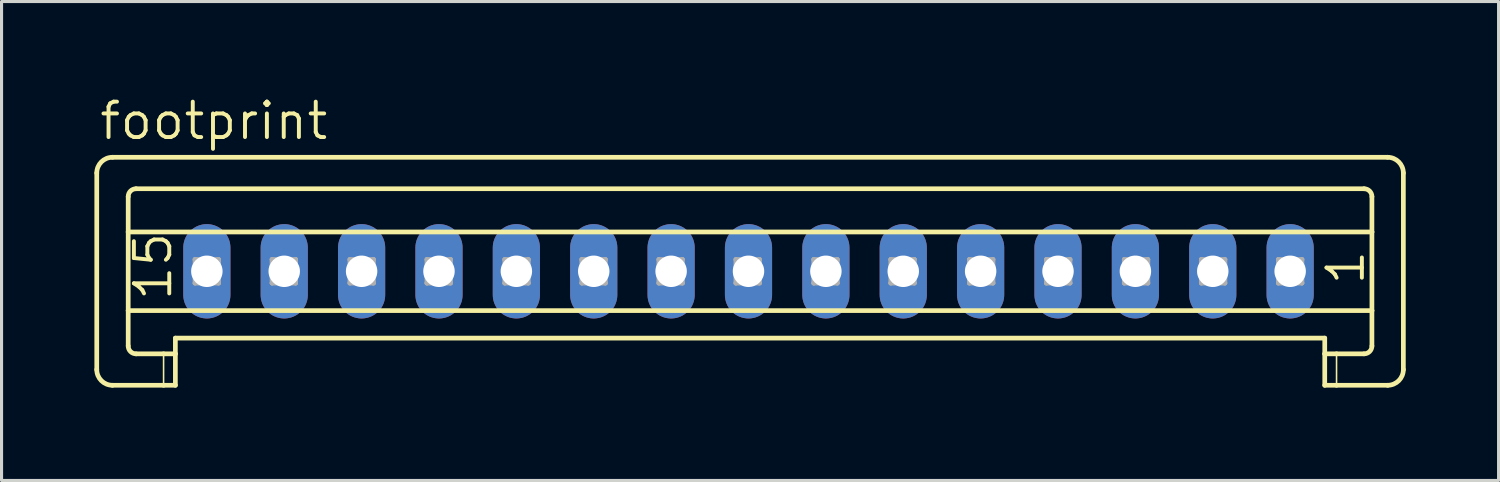
<source format=kicad_pcb>
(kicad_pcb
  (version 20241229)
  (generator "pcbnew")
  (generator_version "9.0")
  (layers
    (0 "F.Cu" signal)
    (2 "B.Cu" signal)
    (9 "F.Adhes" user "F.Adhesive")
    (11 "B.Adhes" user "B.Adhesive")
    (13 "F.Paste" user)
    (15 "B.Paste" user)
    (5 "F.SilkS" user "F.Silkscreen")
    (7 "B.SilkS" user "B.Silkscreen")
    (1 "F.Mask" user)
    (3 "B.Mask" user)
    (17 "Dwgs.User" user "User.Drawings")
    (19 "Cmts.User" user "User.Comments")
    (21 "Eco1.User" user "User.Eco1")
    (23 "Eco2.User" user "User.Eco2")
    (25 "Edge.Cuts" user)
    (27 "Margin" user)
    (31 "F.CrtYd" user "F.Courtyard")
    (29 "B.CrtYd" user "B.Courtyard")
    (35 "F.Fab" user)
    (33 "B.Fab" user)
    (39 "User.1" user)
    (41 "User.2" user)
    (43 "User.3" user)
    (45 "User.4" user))
  (footprint "footprint"
    (layer "F.Cu")
    (at 21.133 5.715)
    (property "Reference" "footprint" (at -21.032 -4.191 0) (layer "F.SilkS") (effects (font (size 1.143 1.143) (thickness 0.127)) (justify left bottom)))
    (fp_line (start -21.057 -3.175) (end -21.057 3.175) (stroke (width 0.152) (type solid)) (layer "F.SilkS"))
    (fp_line (start -20.549 -3.683) (end 20.65 -3.683) (stroke (width 0.152) (type solid)) (layer "F.SilkS"))
    (fp_line (start -20.041 -1.27) (end -20.041 -2.413) (stroke (width 0.152) (type solid)) (layer "F.SilkS"))
    (fp_line (start -20.041 -1.27) (end 20.142 -1.27) (stroke (width 0.152) (type solid)) (layer "F.SilkS"))
    (fp_line (start -20.041 1.27) (end -20.041 -1.27) (stroke (width 0.152) (type solid)) (layer "F.SilkS"))
    (fp_line (start -20.041 1.27) (end 20.142 1.27) (stroke (width 0.152) (type solid)) (layer "F.SilkS"))
    (fp_line (start -20.041 2.413) (end -20.041 1.27) (stroke (width 0.152) (type solid)) (layer "F.SilkS"))
    (fp_line (start -19.787 -2.667) (end 19.888 -2.667) (stroke (width 0.152) (type solid)) (layer "F.SilkS"))
    (fp_line (start -19.787 2.667) (end -18.898 2.667) (stroke (width 0.152) (type solid)) (layer "F.SilkS"))
    (fp_line (start -18.898 2.667) (end -18.898 3.683) (stroke (width 0.051) (type solid)) (layer "F.SilkS"))
    (fp_line (start -18.898 2.667) (end -18.517 2.667) (stroke (width 0.152) (type solid)) (layer "F.SilkS"))
    (fp_line (start -18.898 3.683) (end -20.549 3.683) (stroke (width 0.152) (type solid)) (layer "F.SilkS"))
    (fp_line (start -18.517 2.159) (end 18.618 2.159) (stroke (width 0.152) (type solid)) (layer "F.SilkS"))
    (fp_line (start -18.517 2.667) (end -18.517 2.159) (stroke (width 0.152) (type solid)) (layer "F.SilkS"))
    (fp_line (start -18.517 2.667) (end -18.517 3.683) (stroke (width 0.152) (type solid)) (layer "F.SilkS"))
    (fp_line (start -18.517 3.683) (end -18.898 3.683) (stroke (width 0.152) (type solid)) (layer "F.SilkS"))
    (fp_line (start 18.618 2.667) (end 18.618 2.159) (stroke (width 0.152) (type solid)) (layer "F.SilkS"))
    (fp_line (start 18.618 2.667) (end 18.999 2.667) (stroke (width 0.152) (type solid)) (layer "F.SilkS"))
    (fp_line (start 18.618 3.683) (end 18.618 2.667) (stroke (width 0.152) (type solid)) (layer "F.SilkS"))
    (fp_line (start 18.999 2.667) (end 18.999 3.683) (stroke (width 0.051) (type solid)) (layer "F.SilkS"))
    (fp_line (start 18.999 2.667) (end 19.888 2.667) (stroke (width 0.152) (type solid)) (layer "F.SilkS"))
    (fp_line (start 18.999 3.683) (end 18.618 3.683) (stroke (width 0.152) (type solid)) (layer "F.SilkS"))
    (fp_line (start 20.142 -1.27) (end 20.142 -2.413) (stroke (width 0.152) (type solid)) (layer "F.SilkS"))
    (fp_line (start 20.142 1.27) (end 20.142 -1.27) (stroke (width 0.152) (type solid)) (layer "F.SilkS"))
    (fp_line (start 20.142 2.413) (end 20.142 1.27) (stroke (width 0.152) (type solid)) (layer "F.SilkS"))
    (fp_line (start 20.65 3.683) (end 18.999 3.683) (stroke (width 0.152) (type solid)) (layer "F.SilkS"))
    (fp_line (start 21.158 -3.175) (end 21.158 3.175) (stroke (width 0.152) (type solid)) (layer "F.SilkS"))
    (fp_arc (start -21.057 -3.175) (mid -20.90821 -3.53421) (end -20.549 -3.683) (stroke (width 0.1524) (type solid)) (layer "F.SilkS"))
    (fp_arc (start -20.549 3.683) (mid -20.90821 3.53421) (end -21.057 3.175) (stroke (width 0.1524) (type solid)) (layer "F.SilkS"))
    (fp_arc (start -20.041 -2.413) (mid -19.966605 -2.592605) (end -19.787 -2.667) (stroke (width 0.1524) (type solid)) (layer "F.SilkS"))
    (fp_arc (start -19.787 2.667) (mid -19.966605 2.592605) (end -20.041 2.413) (stroke (width 0.1524) (type solid)) (layer "F.SilkS"))
    (fp_arc (start 19.888 -2.667) (mid 20.067605 -2.592605) (end 20.142 -2.413) (stroke (width 0.1524) (type solid)) (layer "F.SilkS"))
    (fp_arc (start 20.142 2.413) (mid 20.067605 2.592605) (end 19.888 2.667) (stroke (width 0.1524) (type solid)) (layer "F.SilkS"))
    (fp_arc (start 20.65 -3.683) (mid 21.00921 -3.53421) (end 21.158 -3.175) (stroke (width 0.1524) (type solid)) (layer "F.SilkS"))
    (fp_arc (start 21.158 3.175) (mid 21.00921 3.53421) (end 20.65 3.683) (stroke (width 0.1524) (type solid)) (layer "F.SilkS"))
    (fp_line (start -17.882 -0.381) (end -17.882 0.381) (stroke (width 0.152) (type solid)) (layer "F.Fab"))
    (fp_line (start -17.882 -0.381) (end -17.12 0.381) (stroke (width 0.152) (type solid)) (layer "F.Fab"))
    (fp_line (start -17.882 0.381) (end -17.12 0.381) (stroke (width 0.152) (type solid)) (layer "F.Fab"))
    (fp_line (start -17.12 -0.381) (end -17.882 -0.381) (stroke (width 0.152) (type solid)) (layer "F.Fab"))
    (fp_line (start -17.12 -0.381) (end -17.882 0.381) (stroke (width 0.152) (type solid)) (layer "F.Fab"))
    (fp_line (start -17.12 0.381) (end -17.12 -0.381) (stroke (width 0.152) (type solid)) (layer "F.Fab"))
    (fp_line (start -15.393 -0.381) (end -15.393 0.381) (stroke (width 0.152) (type solid)) (layer "F.Fab"))
    (fp_line (start -15.393 -0.381) (end -14.631 0.381) (stroke (width 0.152) (type solid)) (layer "F.Fab"))
    (fp_line (start -15.393 0.381) (end -14.631 0.381) (stroke (width 0.152) (type solid)) (layer "F.Fab"))
    (fp_line (start -14.631 -0.381) (end -15.393 -0.381) (stroke (width 0.152) (type solid)) (layer "F.Fab"))
    (fp_line (start -14.631 -0.381) (end -15.393 0.381) (stroke (width 0.152) (type solid)) (layer "F.Fab"))
    (fp_line (start -14.631 0.381) (end -14.631 -0.381) (stroke (width 0.152) (type solid)) (layer "F.Fab"))
    (fp_line (start -12.878 -0.381) (end -12.878 0.381) (stroke (width 0.152) (type solid)) (layer "F.Fab"))
    (fp_line (start -12.878 -0.381) (end -12.116 0.381) (stroke (width 0.152) (type solid)) (layer "F.Fab"))
    (fp_line (start -12.878 0.381) (end -12.116 0.381) (stroke (width 0.152) (type solid)) (layer "F.Fab"))
    (fp_line (start -12.116 -0.381) (end -12.878 -0.381) (stroke (width 0.152) (type solid)) (layer "F.Fab"))
    (fp_line (start -12.116 -0.381) (end -12.878 0.381) (stroke (width 0.152) (type solid)) (layer "F.Fab"))
    (fp_line (start -12.116 0.381) (end -12.116 -0.381) (stroke (width 0.152) (type solid)) (layer "F.Fab"))
    (fp_line (start -10.389 -0.381) (end -10.389 0.381) (stroke (width 0.152) (type solid)) (layer "F.Fab"))
    (fp_line (start -10.389 -0.381) (end -9.627 0.381) (stroke (width 0.152) (type solid)) (layer "F.Fab"))
    (fp_line (start -10.389 0.381) (end -9.627 0.381) (stroke (width 0.152) (type solid)) (layer "F.Fab"))
    (fp_line (start -9.627 -0.381) (end -10.389 -0.381) (stroke (width 0.152) (type solid)) (layer "F.Fab"))
    (fp_line (start -9.627 -0.381) (end -10.389 0.381) (stroke (width 0.152) (type solid)) (layer "F.Fab"))
    (fp_line (start -9.627 0.381) (end -9.627 -0.381) (stroke (width 0.152) (type solid)) (layer "F.Fab"))
    (fp_line (start -7.875 -0.381) (end -7.875 0.381) (stroke (width 0.152) (type solid)) (layer "F.Fab"))
    (fp_line (start -7.875 -0.381) (end -7.113 0.381) (stroke (width 0.152) (type solid)) (layer "F.Fab"))
    (fp_line (start -7.875 0.381) (end -7.113 0.381) (stroke (width 0.152) (type solid)) (layer "F.Fab"))
    (fp_line (start -7.113 -0.381) (end -7.875 -0.381) (stroke (width 0.152) (type solid)) (layer "F.Fab"))
    (fp_line (start -7.113 -0.381) (end -7.875 0.381) (stroke (width 0.152) (type solid)) (layer "F.Fab"))
    (fp_line (start -7.113 0.381) (end -7.113 -0.381) (stroke (width 0.152) (type solid)) (layer "F.Fab"))
    (fp_line (start -5.385 -0.381) (end -5.385 0.381) (stroke (width 0.152) (type solid)) (layer "F.Fab"))
    (fp_line (start -5.385 -0.381) (end -4.623 0.381) (stroke (width 0.152) (type solid)) (layer "F.Fab"))
    (fp_line (start -5.385 0.381) (end -4.623 0.381) (stroke (width 0.152) (type solid)) (layer "F.Fab"))
    (fp_line (start -4.623 -0.381) (end -5.385 -0.381) (stroke (width 0.152) (type solid)) (layer "F.Fab"))
    (fp_line (start -4.623 -0.381) (end -5.385 0.381) (stroke (width 0.152) (type solid)) (layer "F.Fab"))
    (fp_line (start -4.623 0.381) (end -4.623 -0.381) (stroke (width 0.152) (type solid)) (layer "F.Fab"))
    (fp_line (start -2.896 -0.381) (end -2.896 0.381) (stroke (width 0.152) (type solid)) (layer "F.Fab"))
    (fp_line (start -2.896 -0.381) (end -2.134 0.381) (stroke (width 0.152) (type solid)) (layer "F.Fab"))
    (fp_line (start -2.896 0.381) (end -2.134 0.381) (stroke (width 0.152) (type solid)) (layer "F.Fab"))
    (fp_line (start -2.134 -0.381) (end -2.896 -0.381) (stroke (width 0.152) (type solid)) (layer "F.Fab"))
    (fp_line (start -2.134 -0.381) (end -2.896 0.381) (stroke (width 0.152) (type solid)) (layer "F.Fab"))
    (fp_line (start -2.134 0.381) (end -2.134 -0.381) (stroke (width 0.152) (type solid)) (layer "F.Fab"))
    (fp_line (start -0.407 -0.381) (end -0.407 0.381) (stroke (width 0.152) (type solid)) (layer "F.Fab"))
    (fp_line (start -0.407 -0.381) (end 0.355 0.381) (stroke (width 0.152) (type solid)) (layer "F.Fab"))
    (fp_line (start -0.407 0.381) (end 0.355 0.381) (stroke (width 0.152) (type solid)) (layer "F.Fab"))
    (fp_line (start 0.355 -0.381) (end -0.407 -0.381) (stroke (width 0.152) (type solid)) (layer "F.Fab"))
    (fp_line (start 0.355 -0.381) (end -0.407 0.381) (stroke (width 0.152) (type solid)) (layer "F.Fab"))
    (fp_line (start 0.355 0.381) (end 0.355 -0.381) (stroke (width 0.152) (type solid)) (layer "F.Fab"))
    (fp_line (start 2.108 -0.381) (end 2.108 0.381) (stroke (width 0.152) (type solid)) (layer "F.Fab"))
    (fp_line (start 2.108 -0.381) (end 2.87 0.381) (stroke (width 0.152) (type solid)) (layer "F.Fab"))
    (fp_line (start 2.108 0.381) (end 2.87 0.381) (stroke (width 0.152) (type solid)) (layer "F.Fab"))
    (fp_line (start 2.87 -0.381) (end 2.108 -0.381) (stroke (width 0.152) (type solid)) (layer "F.Fab"))
    (fp_line (start 2.87 -0.381) (end 2.108 0.381) (stroke (width 0.152) (type solid)) (layer "F.Fab"))
    (fp_line (start 2.87 0.381) (end 2.87 -0.381) (stroke (width 0.152) (type solid)) (layer "F.Fab"))
    (fp_line (start 4.597 -0.381) (end 4.597 0.381) (stroke (width 0.152) (type solid)) (layer "F.Fab"))
    (fp_line (start 4.597 -0.381) (end 5.359 0.381) (stroke (width 0.152) (type solid)) (layer "F.Fab"))
    (fp_line (start 4.597 0.381) (end 5.359 0.381) (stroke (width 0.152) (type solid)) (layer "F.Fab"))
    (fp_line (start 5.359 -0.381) (end 4.597 -0.381) (stroke (width 0.152) (type solid)) (layer "F.Fab"))
    (fp_line (start 5.359 -0.381) (end 4.597 0.381) (stroke (width 0.152) (type solid)) (layer "F.Fab"))
    (fp_line (start 5.359 0.381) (end 5.359 -0.381) (stroke (width 0.152) (type solid)) (layer "F.Fab"))
    (fp_line (start 7.137 -0.381) (end 7.137 0.381) (stroke (width 0.152) (type solid)) (layer "F.Fab"))
    (fp_line (start 7.137 -0.381) (end 7.899 0.381) (stroke (width 0.152) (type solid)) (layer "F.Fab"))
    (fp_line (start 7.137 0.381) (end 7.899 0.381) (stroke (width 0.152) (type solid)) (layer "F.Fab"))
    (fp_line (start 7.899 -0.381) (end 7.137 -0.381) (stroke (width 0.152) (type solid)) (layer "F.Fab"))
    (fp_line (start 7.899 -0.381) (end 7.137 0.381) (stroke (width 0.152) (type solid)) (layer "F.Fab"))
    (fp_line (start 7.899 0.381) (end 7.899 -0.381) (stroke (width 0.152) (type solid)) (layer "F.Fab"))
    (fp_line (start 9.626 -0.381) (end 9.626 0.381) (stroke (width 0.152) (type solid)) (layer "F.Fab"))
    (fp_line (start 9.626 -0.381) (end 10.388 0.381) (stroke (width 0.152) (type solid)) (layer "F.Fab"))
    (fp_line (start 9.626 0.381) (end 10.388 0.381) (stroke (width 0.152) (type solid)) (layer "F.Fab"))
    (fp_line (start 10.388 -0.381) (end 9.626 -0.381) (stroke (width 0.152) (type solid)) (layer "F.Fab"))
    (fp_line (start 10.388 -0.381) (end 9.626 0.381) (stroke (width 0.152) (type solid)) (layer "F.Fab"))
    (fp_line (start 10.388 0.381) (end 10.388 -0.381) (stroke (width 0.152) (type solid)) (layer "F.Fab"))
    (fp_line (start 12.141 -0.381) (end 12.141 0.381) (stroke (width 0.152) (type solid)) (layer "F.Fab"))
    (fp_line (start 12.141 -0.381) (end 12.903 0.381) (stroke (width 0.152) (type solid)) (layer "F.Fab"))
    (fp_line (start 12.141 0.381) (end 12.903 0.381) (stroke (width 0.152) (type solid)) (layer "F.Fab"))
    (fp_line (start 12.903 -0.381) (end 12.141 -0.381) (stroke (width 0.152) (type solid)) (layer "F.Fab"))
    (fp_line (start 12.903 -0.381) (end 12.141 0.381) (stroke (width 0.152) (type solid)) (layer "F.Fab"))
    (fp_line (start 12.903 0.381) (end 12.903 -0.381) (stroke (width 0.152) (type solid)) (layer "F.Fab"))
    (fp_line (start 14.63 -0.381) (end 14.63 0.381) (stroke (width 0.152) (type solid)) (layer "F.Fab"))
    (fp_line (start 14.63 -0.381) (end 15.392 0.381) (stroke (width 0.152) (type solid)) (layer "F.Fab"))
    (fp_line (start 14.63 0.381) (end 15.392 0.381) (stroke (width 0.152) (type solid)) (layer "F.Fab"))
    (fp_line (start 15.392 -0.381) (end 14.63 -0.381) (stroke (width 0.152) (type solid)) (layer "F.Fab"))
    (fp_line (start 15.392 -0.381) (end 14.63 0.381) (stroke (width 0.152) (type solid)) (layer "F.Fab"))
    (fp_line (start 15.392 0.381) (end 15.392 -0.381) (stroke (width 0.152) (type solid)) (layer "F.Fab"))
    (fp_line (start 17.119 -0.381) (end 17.119 0.381) (stroke (width 0.152) (type solid)) (layer "F.Fab"))
    (fp_line (start 17.119 -0.381) (end 17.881 0.381) (stroke (width 0.152) (type solid)) (layer "F.Fab"))
    (fp_line (start 17.119 0.381) (end 17.881 0.381) (stroke (width 0.152) (type solid)) (layer "F.Fab"))
    (fp_line (start 17.881 -0.381) (end 17.119 -0.381) (stroke (width 0.152) (type solid)) (layer "F.Fab"))
    (fp_line (start 17.881 -0.381) (end 17.119 0.381) (stroke (width 0.152) (type solid)) (layer "F.Fab"))
    (fp_line (start 17.881 0.381) (end 17.881 -0.381) (stroke (width 0.152) (type solid)) (layer "F.Fab"))
    (fp_text user "15" (at -18.568 1.016 90) (layer "F.SilkS") (effects (font (size 1.143 1.143) (thickness 0.127)) (justify left bottom)))
    (fp_text user "1" (at 19.964 0.508 90) (layer "F.SilkS") (effects (font (size 1.143 1.143) (thickness 0.127)) (justify left bottom)))
    (pad "1" thru_hole oval (at 17.5 0 90) (size 3.048 1.524) (drill 1.016) (layers "*.Cu" "*.Mask"))
    (pad "2" thru_hole oval (at 15 0 90) (size 3.048 1.524) (drill 1.016) (layers "*.Cu" "*.Mask"))
    (pad "3" thru_hole oval (at 12.5 0 90) (size 3.048 1.524) (drill 1.016) (layers "*.Cu" "*.Mask"))
    (pad "4" thru_hole oval (at 10 0 90) (size 3.048 1.524) (drill 1.016) (layers "*.Cu" "*.Mask"))
    (pad "5" thru_hole oval (at 7.5 0 90) (size 3.048 1.524) (drill 1.016) (layers "*.Cu" "*.Mask"))
    (pad "6" thru_hole oval (at 5 0 90) (size 3.048 1.524) (drill 1.016) (layers "*.Cu" "*.Mask"))
    (pad "7" thru_hole oval (at 2.5 0 90) (size 3.048 1.524) (drill 1.016) (layers "*.Cu" "*.Mask"))
    (pad "8" thru_hole oval (at 0 0 90) (size 3.048 1.524) (drill 1.016) (layers "*.Cu" "*.Mask"))
    (pad "9" thru_hole oval (at -2.5 0 90) (size 3.048 1.524) (drill 1.016) (layers "*.Cu" "*.Mask"))
    (pad "10" thru_hole oval (at -5 0 90) (size 3.048 1.524) (drill 1.016) (layers "*.Cu" "*.Mask"))
    (pad "11" thru_hole oval (at -7.5 0 90) (size 3.048 1.524) (drill 1.016) (layers "*.Cu" "*.Mask"))
    (pad "12" thru_hole oval (at -10 0 90) (size 3.048 1.524) (drill 1.016) (layers "*.Cu" "*.Mask"))
    (pad "13" thru_hole oval (at -12.5 0 90) (size 3.048 1.524) (drill 1.016) (layers "*.Cu" "*.Mask"))
    (pad "14" thru_hole oval (at -15 0 90) (size 3.048 1.524) (drill 1.016) (layers "*.Cu" "*.Mask"))
    (pad "15" thru_hole oval (at -17.5 0 90) (size 3.048 1.524) (drill 1.016) (layers "*.Cu" "*.Mask")))
  (gr_rect
    (start -3 -3)
    (end 45.367 12.474)
    (stroke (width 0.1) (type default))
    (fill no)
    (layer "Edge.Cuts")))
</source>
